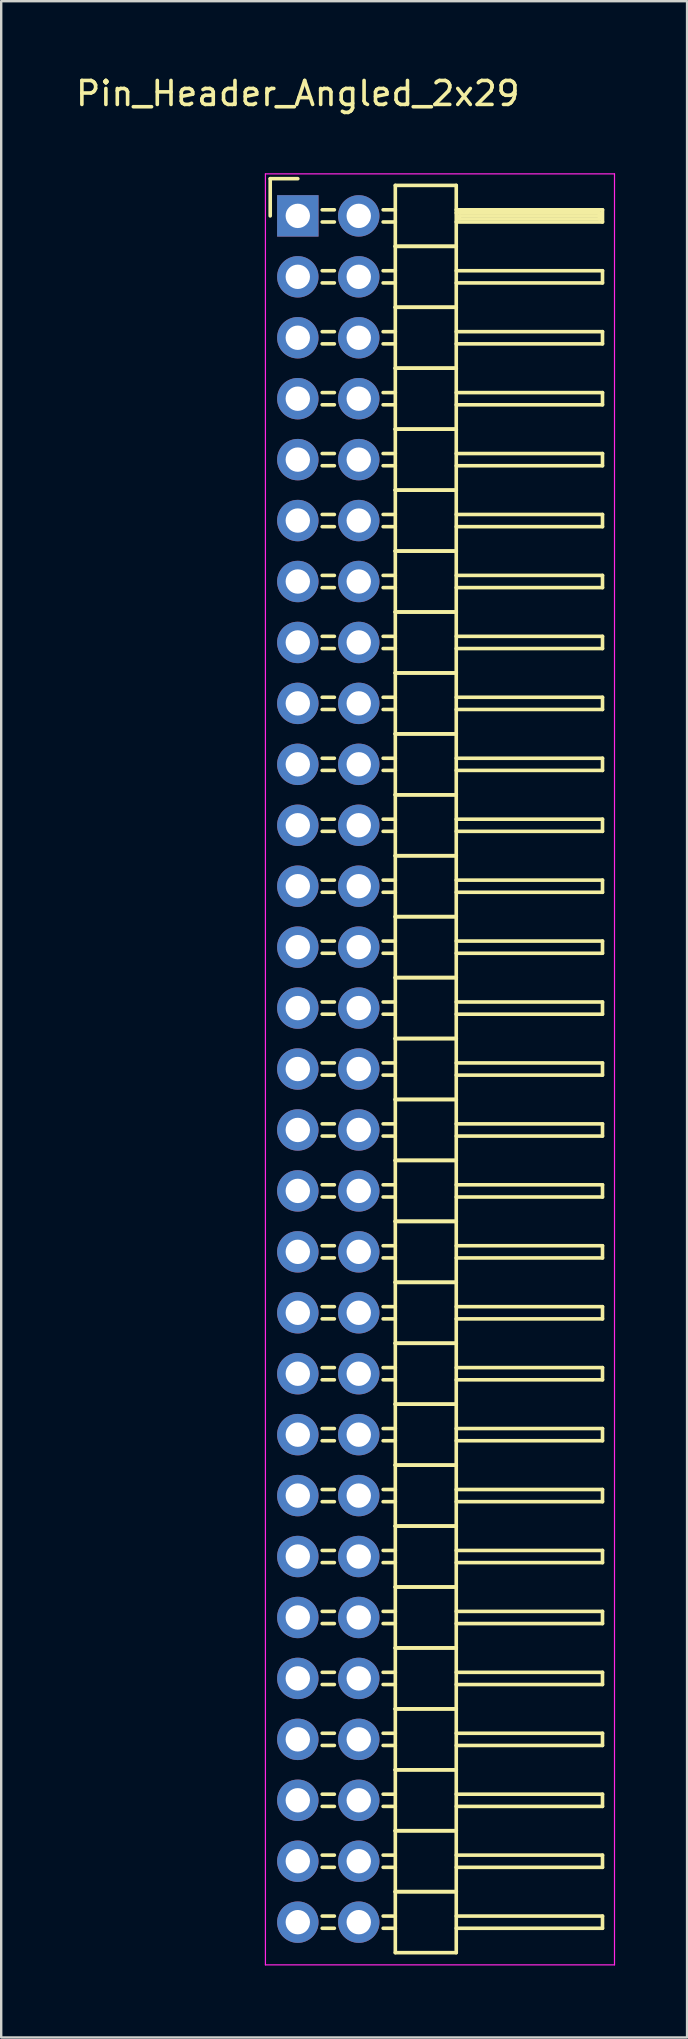
<source format=kicad_pcb>
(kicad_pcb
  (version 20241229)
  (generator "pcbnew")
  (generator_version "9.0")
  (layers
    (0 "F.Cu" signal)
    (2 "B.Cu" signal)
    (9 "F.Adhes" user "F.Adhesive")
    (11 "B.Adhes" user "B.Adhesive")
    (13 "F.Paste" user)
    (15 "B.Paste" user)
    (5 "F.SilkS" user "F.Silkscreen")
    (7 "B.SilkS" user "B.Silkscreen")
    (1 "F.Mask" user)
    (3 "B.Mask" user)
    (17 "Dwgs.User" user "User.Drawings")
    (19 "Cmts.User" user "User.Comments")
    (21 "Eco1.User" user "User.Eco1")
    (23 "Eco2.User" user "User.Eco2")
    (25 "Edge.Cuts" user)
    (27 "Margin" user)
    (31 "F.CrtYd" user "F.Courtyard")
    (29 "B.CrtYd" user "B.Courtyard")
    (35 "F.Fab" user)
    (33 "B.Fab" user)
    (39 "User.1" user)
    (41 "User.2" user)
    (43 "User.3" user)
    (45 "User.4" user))
  (footprint "Pin_Header_Angled_2x29"
    (layer "F.Cu")
    (at 9.363 5.948)
    (property "Reference" "Pin_Header_Angled_2x29" (at 0 -5.1 0) (layer "F.SilkS") (effects (font (size 1 1) (thickness 0.15))))
    (attr through_hole)
    (fp_line (start -1.15 -1.55) (end -1.15 0) (stroke (width 0.15) (type solid)) (layer "F.SilkS"))
    (fp_line (start 0 -1.55) (end -1.15 -1.55) (stroke (width 0.15) (type solid)) (layer "F.SilkS"))
    (fp_line (start 1.524 -0.254) (end 1.016 -0.254) (stroke (width 0.15) (type solid)) (layer "F.SilkS"))
    (fp_line (start 1.524 0.254) (end 1.016 0.254) (stroke (width 0.15) (type solid)) (layer "F.SilkS"))
    (fp_line (start 1.524 2.286) (end 1.016 2.286) (stroke (width 0.15) (type solid)) (layer "F.SilkS"))
    (fp_line (start 1.524 2.794) (end 1.016 2.794) (stroke (width 0.15) (type solid)) (layer "F.SilkS"))
    (fp_line (start 1.524 4.826) (end 1.016 4.826) (stroke (width 0.15) (type solid)) (layer "F.SilkS"))
    (fp_line (start 1.524 5.334) (end 1.016 5.334) (stroke (width 0.15) (type solid)) (layer "F.SilkS"))
    (fp_line (start 1.524 7.366) (end 1.016 7.366) (stroke (width 0.15) (type solid)) (layer "F.SilkS"))
    (fp_line (start 1.524 7.874) (end 1.016 7.874) (stroke (width 0.15) (type solid)) (layer "F.SilkS"))
    (fp_line (start 1.524 9.906) (end 1.016 9.906) (stroke (width 0.15) (type solid)) (layer "F.SilkS"))
    (fp_line (start 1.524 10.414) (end 1.016 10.414) (stroke (width 0.15) (type solid)) (layer "F.SilkS"))
    (fp_line (start 1.524 12.446) (end 1.016 12.446) (stroke (width 0.15) (type solid)) (layer "F.SilkS"))
    (fp_line (start 1.524 12.954) (end 1.016 12.954) (stroke (width 0.15) (type solid)) (layer "F.SilkS"))
    (fp_line (start 1.524 14.986) (end 1.016 14.986) (stroke (width 0.15) (type solid)) (layer "F.SilkS"))
    (fp_line (start 1.524 15.494) (end 1.016 15.494) (stroke (width 0.15) (type solid)) (layer "F.SilkS"))
    (fp_line (start 1.524 17.526) (end 1.016 17.526) (stroke (width 0.15) (type solid)) (layer "F.SilkS"))
    (fp_line (start 1.524 18.034) (end 1.016 18.034) (stroke (width 0.15) (type solid)) (layer "F.SilkS"))
    (fp_line (start 1.524 20.066) (end 1.016 20.066) (stroke (width 0.15) (type solid)) (layer "F.SilkS"))
    (fp_line (start 1.524 20.574) (end 1.016 20.574) (stroke (width 0.15) (type solid)) (layer "F.SilkS"))
    (fp_line (start 1.524 22.606) (end 1.016 22.606) (stroke (width 0.15) (type solid)) (layer "F.SilkS"))
    (fp_line (start 1.524 23.114) (end 1.016 23.114) (stroke (width 0.15) (type solid)) (layer "F.SilkS"))
    (fp_line (start 1.524 25.146) (end 1.016 25.146) (stroke (width 0.15) (type solid)) (layer "F.SilkS"))
    (fp_line (start 1.524 25.654) (end 1.016 25.654) (stroke (width 0.15) (type solid)) (layer "F.SilkS"))
    (fp_line (start 1.524 27.686) (end 1.016 27.686) (stroke (width 0.15) (type solid)) (layer "F.SilkS"))
    (fp_line (start 1.524 28.194) (end 1.016 28.194) (stroke (width 0.15) (type solid)) (layer "F.SilkS"))
    (fp_line (start 1.524 30.226) (end 1.016 30.226) (stroke (width 0.15) (type solid)) (layer "F.SilkS"))
    (fp_line (start 1.524 30.734) (end 1.016 30.734) (stroke (width 0.15) (type solid)) (layer "F.SilkS"))
    (fp_line (start 1.524 32.766) (end 1.016 32.766) (stroke (width 0.15) (type solid)) (layer "F.SilkS"))
    (fp_line (start 1.524 33.274) (end 1.016 33.274) (stroke (width 0.15) (type solid)) (layer "F.SilkS"))
    (fp_line (start 1.524 35.306) (end 1.016 35.306) (stroke (width 0.15) (type solid)) (layer "F.SilkS"))
    (fp_line (start 1.524 35.814) (end 1.016 35.814) (stroke (width 0.15) (type solid)) (layer "F.SilkS"))
    (fp_line (start 1.524 37.846) (end 1.016 37.846) (stroke (width 0.15) (type solid)) (layer "F.SilkS"))
    (fp_line (start 1.524 38.354) (end 1.016 38.354) (stroke (width 0.15) (type solid)) (layer "F.SilkS"))
    (fp_line (start 1.524 40.386) (end 1.016 40.386) (stroke (width 0.15) (type solid)) (layer "F.SilkS"))
    (fp_line (start 1.524 40.894) (end 1.016 40.894) (stroke (width 0.15) (type solid)) (layer "F.SilkS"))
    (fp_line (start 1.524 42.926) (end 1.016 42.926) (stroke (width 0.15) (type solid)) (layer "F.SilkS"))
    (fp_line (start 1.524 43.434) (end 1.016 43.434) (stroke (width 0.15) (type solid)) (layer "F.SilkS"))
    (fp_line (start 1.524 45.466) (end 1.016 45.466) (stroke (width 0.15) (type solid)) (layer "F.SilkS"))
    (fp_line (start 1.524 45.974) (end 1.016 45.974) (stroke (width 0.15) (type solid)) (layer "F.SilkS"))
    (fp_line (start 1.524 48.006) (end 1.016 48.006) (stroke (width 0.15) (type solid)) (layer "F.SilkS"))
    (fp_line (start 1.524 48.514) (end 1.016 48.514) (stroke (width 0.15) (type solid)) (layer "F.SilkS"))
    (fp_line (start 1.524 50.546) (end 1.016 50.546) (stroke (width 0.15) (type solid)) (layer "F.SilkS"))
    (fp_line (start 1.524 51.054) (end 1.016 51.054) (stroke (width 0.15) (type solid)) (layer "F.SilkS"))
    (fp_line (start 1.524 53.086) (end 1.016 53.086) (stroke (width 0.15) (type solid)) (layer "F.SilkS"))
    (fp_line (start 1.524 53.594) (end 1.016 53.594) (stroke (width 0.15) (type solid)) (layer "F.SilkS"))
    (fp_line (start 1.524 55.626) (end 1.016 55.626) (stroke (width 0.15) (type solid)) (layer "F.SilkS"))
    (fp_line (start 1.524 56.134) (end 1.016 56.134) (stroke (width 0.15) (type solid)) (layer "F.SilkS"))
    (fp_line (start 1.524 58.166) (end 1.016 58.166) (stroke (width 0.15) (type solid)) (layer "F.SilkS"))
    (fp_line (start 1.524 58.674) (end 1.016 58.674) (stroke (width 0.15) (type solid)) (layer "F.SilkS"))
    (fp_line (start 1.524 60.706) (end 1.016 60.706) (stroke (width 0.15) (type solid)) (layer "F.SilkS"))
    (fp_line (start 1.524 61.214) (end 1.016 61.214) (stroke (width 0.15) (type solid)) (layer "F.SilkS"))
    (fp_line (start 1.524 63.246) (end 1.016 63.246) (stroke (width 0.15) (type solid)) (layer "F.SilkS"))
    (fp_line (start 1.524 63.754) (end 1.016 63.754) (stroke (width 0.15) (type solid)) (layer "F.SilkS"))
    (fp_line (start 1.524 65.786) (end 1.016 65.786) (stroke (width 0.15) (type solid)) (layer "F.SilkS"))
    (fp_line (start 1.524 66.294) (end 1.016 66.294) (stroke (width 0.15) (type solid)) (layer "F.SilkS"))
    (fp_line (start 1.524 68.326) (end 1.016 68.326) (stroke (width 0.15) (type solid)) (layer "F.SilkS"))
    (fp_line (start 1.524 68.834) (end 1.016 68.834) (stroke (width 0.15) (type solid)) (layer "F.SilkS"))
    (fp_line (start 1.524 70.866) (end 1.016 70.866) (stroke (width 0.15) (type solid)) (layer "F.SilkS"))
    (fp_line (start 1.524 71.374) (end 1.016 71.374) (stroke (width 0.15) (type solid)) (layer "F.SilkS"))
    (fp_line (start 4.064 -1.27) (end 4.064 1.27) (stroke (width 0.15) (type solid)) (layer "F.SilkS"))
    (fp_line (start 4.064 -1.27) (end 6.604 -1.27) (stroke (width 0.15) (type solid)) (layer "F.SilkS"))
    (fp_line (start 4.064 -0.254) (end 3.556 -0.254) (stroke (width 0.15) (type solid)) (layer "F.SilkS"))
    (fp_line (start 4.064 0.254) (end 3.556 0.254) (stroke (width 0.15) (type solid)) (layer "F.SilkS"))
    (fp_line (start 4.064 1.27) (end 4.064 3.81) (stroke (width 0.15) (type solid)) (layer "F.SilkS"))
    (fp_line (start 4.064 1.27) (end 6.604 1.27) (stroke (width 0.15) (type solid)) (layer "F.SilkS"))
    (fp_line (start 4.064 1.27) (end 6.604 1.27) (stroke (width 0.15) (type solid)) (layer "F.SilkS"))
    (fp_line (start 4.064 2.286) (end 3.556 2.286) (stroke (width 0.15) (type solid)) (layer "F.SilkS"))
    (fp_line (start 4.064 2.794) (end 3.556 2.794) (stroke (width 0.15) (type solid)) (layer "F.SilkS"))
    (fp_line (start 4.064 3.81) (end 4.064 6.35) (stroke (width 0.15) (type solid)) (layer "F.SilkS"))
    (fp_line (start 4.064 3.81) (end 6.604 3.81) (stroke (width 0.15) (type solid)) (layer "F.SilkS"))
    (fp_line (start 4.064 3.81) (end 6.604 3.81) (stroke (width 0.15) (type solid)) (layer "F.SilkS"))
    (fp_line (start 4.064 4.826) (end 3.556 4.826) (stroke (width 0.15) (type solid)) (layer "F.SilkS"))
    (fp_line (start 4.064 5.334) (end 3.556 5.334) (stroke (width 0.15) (type solid)) (layer "F.SilkS"))
    (fp_line (start 4.064 6.35) (end 4.064 8.89) (stroke (width 0.15) (type solid)) (layer "F.SilkS"))
    (fp_line (start 4.064 6.35) (end 6.604 6.35) (stroke (width 0.15) (type solid)) (layer "F.SilkS"))
    (fp_line (start 4.064 6.35) (end 6.604 6.35) (stroke (width 0.15) (type solid)) (layer "F.SilkS"))
    (fp_line (start 4.064 7.366) (end 3.556 7.366) (stroke (width 0.15) (type solid)) (layer "F.SilkS"))
    (fp_line (start 4.064 7.874) (end 3.556 7.874) (stroke (width 0.15) (type solid)) (layer "F.SilkS"))
    (fp_line (start 4.064 8.89) (end 4.064 11.43) (stroke (width 0.15) (type solid)) (layer "F.SilkS"))
    (fp_line (start 4.064 8.89) (end 6.604 8.89) (stroke (width 0.15) (type solid)) (layer "F.SilkS"))
    (fp_line (start 4.064 8.89) (end 6.604 8.89) (stroke (width 0.15) (type solid)) (layer "F.SilkS"))
    (fp_line (start 4.064 9.906) (end 3.556 9.906) (stroke (width 0.15) (type solid)) (layer "F.SilkS"))
    (fp_line (start 4.064 10.414) (end 3.556 10.414) (stroke (width 0.15) (type solid)) (layer "F.SilkS"))
    (fp_line (start 4.064 11.43) (end 4.064 13.97) (stroke (width 0.15) (type solid)) (layer "F.SilkS"))
    (fp_line (start 4.064 11.43) (end 6.604 11.43) (stroke (width 0.15) (type solid)) (layer "F.SilkS"))
    (fp_line (start 4.064 11.43) (end 6.604 11.43) (stroke (width 0.15) (type solid)) (layer "F.SilkS"))
    (fp_line (start 4.064 12.446) (end 3.556 12.446) (stroke (width 0.15) (type solid)) (layer "F.SilkS"))
    (fp_line (start 4.064 12.954) (end 3.556 12.954) (stroke (width 0.15) (type solid)) (layer "F.SilkS"))
    (fp_line (start 4.064 13.97) (end 4.064 16.51) (stroke (width 0.15) (type solid)) (layer "F.SilkS"))
    (fp_line (start 4.064 13.97) (end 6.604 13.97) (stroke (width 0.15) (type solid)) (layer "F.SilkS"))
    (fp_line (start 4.064 13.97) (end 6.604 13.97) (stroke (width 0.15) (type solid)) (layer "F.SilkS"))
    (fp_line (start 4.064 14.986) (end 3.556 14.986) (stroke (width 0.15) (type solid)) (layer "F.SilkS"))
    (fp_line (start 4.064 15.494) (end 3.556 15.494) (stroke (width 0.15) (type solid)) (layer "F.SilkS"))
    (fp_line (start 4.064 16.51) (end 4.064 19.05) (stroke (width 0.15) (type solid)) (layer "F.SilkS"))
    (fp_line (start 4.064 16.51) (end 6.604 16.51) (stroke (width 0.15) (type solid)) (layer "F.SilkS"))
    (fp_line (start 4.064 16.51) (end 6.604 16.51) (stroke (width 0.15) (type solid)) (layer "F.SilkS"))
    (fp_line (start 4.064 17.526) (end 3.556 17.526) (stroke (width 0.15) (type solid)) (layer "F.SilkS"))
    (fp_line (start 4.064 18.034) (end 3.556 18.034) (stroke (width 0.15) (type solid)) (layer "F.SilkS"))
    (fp_line (start 4.064 19.05) (end 4.064 21.59) (stroke (width 0.15) (type solid)) (layer "F.SilkS"))
    (fp_line (start 4.064 19.05) (end 6.604 19.05) (stroke (width 0.15) (type solid)) (layer "F.SilkS"))
    (fp_line (start 4.064 19.05) (end 6.604 19.05) (stroke (width 0.15) (type solid)) (layer "F.SilkS"))
    (fp_line (start 4.064 20.066) (end 3.556 20.066) (stroke (width 0.15) (type solid)) (layer "F.SilkS"))
    (fp_line (start 4.064 20.574) (end 3.556 20.574) (stroke (width 0.15) (type solid)) (layer "F.SilkS"))
    (fp_line (start 4.064 21.59) (end 4.064 24.13) (stroke (width 0.15) (type solid)) (layer "F.SilkS"))
    (fp_line (start 4.064 21.59) (end 6.604 21.59) (stroke (width 0.15) (type solid)) (layer "F.SilkS"))
    (fp_line (start 4.064 21.59) (end 6.604 21.59) (stroke (width 0.15) (type solid)) (layer "F.SilkS"))
    (fp_line (start 4.064 22.606) (end 3.556 22.606) (stroke (width 0.15) (type solid)) (layer "F.SilkS"))
    (fp_line (start 4.064 23.114) (end 3.556 23.114) (stroke (width 0.15) (type solid)) (layer "F.SilkS"))
    (fp_line (start 4.064 24.13) (end 4.064 26.67) (stroke (width 0.15) (type solid)) (layer "F.SilkS"))
    (fp_line (start 4.064 24.13) (end 6.604 24.13) (stroke (width 0.15) (type solid)) (layer "F.SilkS"))
    (fp_line (start 4.064 24.13) (end 6.604 24.13) (stroke (width 0.15) (type solid)) (layer "F.SilkS"))
    (fp_line (start 4.064 25.146) (end 3.556 25.146) (stroke (width 0.15) (type solid)) (layer "F.SilkS"))
    (fp_line (start 4.064 25.654) (end 3.556 25.654) (stroke (width 0.15) (type solid)) (layer "F.SilkS"))
    (fp_line (start 4.064 26.67) (end 4.064 29.21) (stroke (width 0.15) (type solid)) (layer "F.SilkS"))
    (fp_line (start 4.064 26.67) (end 6.604 26.67) (stroke (width 0.15) (type solid)) (layer "F.SilkS"))
    (fp_line (start 4.064 26.67) (end 6.604 26.67) (stroke (width 0.15) (type solid)) (layer "F.SilkS"))
    (fp_line (start 4.064 27.686) (end 3.556 27.686) (stroke (width 0.15) (type solid)) (layer "F.SilkS"))
    (fp_line (start 4.064 28.194) (end 3.556 28.194) (stroke (width 0.15) (type solid)) (layer "F.SilkS"))
    (fp_line (start 4.064 29.21) (end 4.064 31.75) (stroke (width 0.15) (type solid)) (layer "F.SilkS"))
    (fp_line (start 4.064 29.21) (end 6.604 29.21) (stroke (width 0.15) (type solid)) (layer "F.SilkS"))
    (fp_line (start 4.064 29.21) (end 6.604 29.21) (stroke (width 0.15) (type solid)) (layer "F.SilkS"))
    (fp_line (start 4.064 30.226) (end 3.556 30.226) (stroke (width 0.15) (type solid)) (layer "F.SilkS"))
    (fp_line (start 4.064 30.734) (end 3.556 30.734) (stroke (width 0.15) (type solid)) (layer "F.SilkS"))
    (fp_line (start 4.064 31.75) (end 4.064 34.29) (stroke (width 0.15) (type solid)) (layer "F.SilkS"))
    (fp_line (start 4.064 31.75) (end 6.604 31.75) (stroke (width 0.15) (type solid)) (layer "F.SilkS"))
    (fp_line (start 4.064 31.75) (end 6.604 31.75) (stroke (width 0.15) (type solid)) (layer "F.SilkS"))
    (fp_line (start 4.064 32.766) (end 3.556 32.766) (stroke (width 0.15) (type solid)) (layer "F.SilkS"))
    (fp_line (start 4.064 33.274) (end 3.556 33.274) (stroke (width 0.15) (type solid)) (layer "F.SilkS"))
    (fp_line (start 4.064 34.29) (end 4.064 36.83) (stroke (width 0.15) (type solid)) (layer "F.SilkS"))
    (fp_line (start 4.064 34.29) (end 6.604 34.29) (stroke (width 0.15) (type solid)) (layer "F.SilkS"))
    (fp_line (start 4.064 34.29) (end 6.604 34.29) (stroke (width 0.15) (type solid)) (layer "F.SilkS"))
    (fp_line (start 4.064 35.306) (end 3.556 35.306) (stroke (width 0.15) (type solid)) (layer "F.SilkS"))
    (fp_line (start 4.064 35.814) (end 3.556 35.814) (stroke (width 0.15) (type solid)) (layer "F.SilkS"))
    (fp_line (start 4.064 36.83) (end 4.064 39.37) (stroke (width 0.15) (type solid)) (layer "F.SilkS"))
    (fp_line (start 4.064 36.83) (end 6.604 36.83) (stroke (width 0.15) (type solid)) (layer "F.SilkS"))
    (fp_line (start 4.064 36.83) (end 6.604 36.83) (stroke (width 0.15) (type solid)) (layer "F.SilkS"))
    (fp_line (start 4.064 37.846) (end 3.556 37.846) (stroke (width 0.15) (type solid)) (layer "F.SilkS"))
    (fp_line (start 4.064 38.354) (end 3.556 38.354) (stroke (width 0.15) (type solid)) (layer "F.SilkS"))
    (fp_line (start 4.064 39.37) (end 4.064 41.91) (stroke (width 0.15) (type solid)) (layer "F.SilkS"))
    (fp_line (start 4.064 39.37) (end 6.604 39.37) (stroke (width 0.15) (type solid)) (layer "F.SilkS"))
    (fp_line (start 4.064 39.37) (end 6.604 39.37) (stroke (width 0.15) (type solid)) (layer "F.SilkS"))
    (fp_line (start 4.064 40.386) (end 3.556 40.386) (stroke (width 0.15) (type solid)) (layer "F.SilkS"))
    (fp_line (start 4.064 40.894) (end 3.556 40.894) (stroke (width 0.15) (type solid)) (layer "F.SilkS"))
    (fp_line (start 4.064 41.91) (end 4.064 44.45) (stroke (width 0.15) (type solid)) (layer "F.SilkS"))
    (fp_line (start 4.064 41.91) (end 6.604 41.91) (stroke (width 0.15) (type solid)) (layer "F.SilkS"))
    (fp_line (start 4.064 41.91) (end 6.604 41.91) (stroke (width 0.15) (type solid)) (layer "F.SilkS"))
    (fp_line (start 4.064 42.926) (end 3.556 42.926) (stroke (width 0.15) (type solid)) (layer "F.SilkS"))
    (fp_line (start 4.064 43.434) (end 3.556 43.434) (stroke (width 0.15) (type solid)) (layer "F.SilkS"))
    (fp_line (start 4.064 44.45) (end 4.064 46.99) (stroke (width 0.15) (type solid)) (layer "F.SilkS"))
    (fp_line (start 4.064 44.45) (end 6.604 44.45) (stroke (width 0.15) (type solid)) (layer "F.SilkS"))
    (fp_line (start 4.064 44.45) (end 6.604 44.45) (stroke (width 0.15) (type solid)) (layer "F.SilkS"))
    (fp_line (start 4.064 45.466) (end 3.556 45.466) (stroke (width 0.15) (type solid)) (layer "F.SilkS"))
    (fp_line (start 4.064 45.974) (end 3.556 45.974) (stroke (width 0.15) (type solid)) (layer "F.SilkS"))
    (fp_line (start 4.064 46.99) (end 4.064 49.53) (stroke (width 0.15) (type solid)) (layer "F.SilkS"))
    (fp_line (start 4.064 46.99) (end 6.604 46.99) (stroke (width 0.15) (type solid)) (layer "F.SilkS"))
    (fp_line (start 4.064 46.99) (end 6.604 46.99) (stroke (width 0.15) (type solid)) (layer "F.SilkS"))
    (fp_line (start 4.064 48.006) (end 3.556 48.006) (stroke (width 0.15) (type solid)) (layer "F.SilkS"))
    (fp_line (start 4.064 48.514) (end 3.556 48.514) (stroke (width 0.15) (type solid)) (layer "F.SilkS"))
    (fp_line (start 4.064 49.53) (end 4.064 52.07) (stroke (width 0.15) (type solid)) (layer "F.SilkS"))
    (fp_line (start 4.064 49.53) (end 6.604 49.53) (stroke (width 0.15) (type solid)) (layer "F.SilkS"))
    (fp_line (start 4.064 49.53) (end 6.604 49.53) (stroke (width 0.15) (type solid)) (layer "F.SilkS"))
    (fp_line (start 4.064 50.546) (end 3.556 50.546) (stroke (width 0.15) (type solid)) (layer "F.SilkS"))
    (fp_line (start 4.064 51.054) (end 3.556 51.054) (stroke (width 0.15) (type solid)) (layer "F.SilkS"))
    (fp_line (start 4.064 52.07) (end 4.064 54.61) (stroke (width 0.15) (type solid)) (layer "F.SilkS"))
    (fp_line (start 4.064 52.07) (end 6.604 52.07) (stroke (width 0.15) (type solid)) (layer "F.SilkS"))
    (fp_line (start 4.064 52.07) (end 6.604 52.07) (stroke (width 0.15) (type solid)) (layer "F.SilkS"))
    (fp_line (start 4.064 53.086) (end 3.556 53.086) (stroke (width 0.15) (type solid)) (layer "F.SilkS"))
    (fp_line (start 4.064 53.594) (end 3.556 53.594) (stroke (width 0.15) (type solid)) (layer "F.SilkS"))
    (fp_line (start 4.064 54.61) (end 4.064 57.15) (stroke (width 0.15) (type solid)) (layer "F.SilkS"))
    (fp_line (start 4.064 54.61) (end 6.604 54.61) (stroke (width 0.15) (type solid)) (layer "F.SilkS"))
    (fp_line (start 4.064 54.61) (end 6.604 54.61) (stroke (width 0.15) (type solid)) (layer "F.SilkS"))
    (fp_line (start 4.064 55.626) (end 3.556 55.626) (stroke (width 0.15) (type solid)) (layer "F.SilkS"))
    (fp_line (start 4.064 56.134) (end 3.556 56.134) (stroke (width 0.15) (type solid)) (layer "F.SilkS"))
    (fp_line (start 4.064 57.15) (end 4.064 59.69) (stroke (width 0.15) (type solid)) (layer "F.SilkS"))
    (fp_line (start 4.064 57.15) (end 6.604 57.15) (stroke (width 0.15) (type solid)) (layer "F.SilkS"))
    (fp_line (start 4.064 57.15) (end 6.604 57.15) (stroke (width 0.15) (type solid)) (layer "F.SilkS"))
    (fp_line (start 4.064 58.166) (end 3.556 58.166) (stroke (width 0.15) (type solid)) (layer "F.SilkS"))
    (fp_line (start 4.064 58.674) (end 3.556 58.674) (stroke (width 0.15) (type solid)) (layer "F.SilkS"))
    (fp_line (start 4.064 59.69) (end 4.064 62.23) (stroke (width 0.15) (type solid)) (layer "F.SilkS"))
    (fp_line (start 4.064 59.69) (end 6.604 59.69) (stroke (width 0.15) (type solid)) (layer "F.SilkS"))
    (fp_line (start 4.064 59.69) (end 6.604 59.69) (stroke (width 0.15) (type solid)) (layer "F.SilkS"))
    (fp_line (start 4.064 60.706) (end 3.556 60.706) (stroke (width 0.15) (type solid)) (layer "F.SilkS"))
    (fp_line (start 4.064 61.214) (end 3.556 61.214) (stroke (width 0.15) (type solid)) (layer "F.SilkS"))
    (fp_line (start 4.064 62.23) (end 4.064 64.77) (stroke (width 0.15) (type solid)) (layer "F.SilkS"))
    (fp_line (start 4.064 62.23) (end 6.604 62.23) (stroke (width 0.15) (type solid)) (layer "F.SilkS"))
    (fp_line (start 4.064 62.23) (end 6.604 62.23) (stroke (width 0.15) (type solid)) (layer "F.SilkS"))
    (fp_line (start 4.064 63.246) (end 3.556 63.246) (stroke (width 0.15) (type solid)) (layer "F.SilkS"))
    (fp_line (start 4.064 63.754) (end 3.556 63.754) (stroke (width 0.15) (type solid)) (layer "F.SilkS"))
    (fp_line (start 4.064 64.77) (end 4.064 67.31) (stroke (width 0.15) (type solid)) (layer "F.SilkS"))
    (fp_line (start 4.064 64.77) (end 6.604 64.77) (stroke (width 0.15) (type solid)) (layer "F.SilkS"))
    (fp_line (start 4.064 64.77) (end 6.604 64.77) (stroke (width 0.15) (type solid)) (layer "F.SilkS"))
    (fp_line (start 4.064 65.786) (end 3.556 65.786) (stroke (width 0.15) (type solid)) (layer "F.SilkS"))
    (fp_line (start 4.064 66.294) (end 3.556 66.294) (stroke (width 0.15) (type solid)) (layer "F.SilkS"))
    (fp_line (start 4.064 67.31) (end 4.064 69.85) (stroke (width 0.15) (type solid)) (layer "F.SilkS"))
    (fp_line (start 4.064 67.31) (end 6.604 67.31) (stroke (width 0.15) (type solid)) (layer "F.SilkS"))
    (fp_line (start 4.064 67.31) (end 6.604 67.31) (stroke (width 0.15) (type solid)) (layer "F.SilkS"))
    (fp_line (start 4.064 68.326) (end 3.556 68.326) (stroke (width 0.15) (type solid)) (layer "F.SilkS"))
    (fp_line (start 4.064 68.834) (end 3.556 68.834) (stroke (width 0.15) (type solid)) (layer "F.SilkS"))
    (fp_line (start 4.064 69.85) (end 4.064 72.39) (stroke (width 0.15) (type solid)) (layer "F.SilkS"))
    (fp_line (start 4.064 69.85) (end 6.604 69.85) (stroke (width 0.15) (type solid)) (layer "F.SilkS"))
    (fp_line (start 4.064 69.85) (end 6.604 69.85) (stroke (width 0.15) (type solid)) (layer "F.SilkS"))
    (fp_line (start 4.064 70.866) (end 3.556 70.866) (stroke (width 0.15) (type solid)) (layer "F.SilkS"))
    (fp_line (start 4.064 71.374) (end 3.556 71.374) (stroke (width 0.15) (type solid)) (layer "F.SilkS"))
    (fp_line (start 4.064 72.39) (end 6.604 72.39) (stroke (width 0.15) (type solid)) (layer "F.SilkS"))
    (fp_line (start 6.604 -0.254) (end 12.7 -0.254) (stroke (width 0.15) (type solid)) (layer "F.SilkS"))
    (fp_line (start 6.604 -0.127) (end 12.573 -0.127) (stroke (width 0.15) (type solid)) (layer "F.SilkS"))
    (fp_line (start 6.604 1.27) (end 6.604 -1.27) (stroke (width 0.15) (type solid)) (layer "F.SilkS"))
    (fp_line (start 6.604 2.286) (end 12.7 2.286) (stroke (width 0.15) (type solid)) (layer "F.SilkS"))
    (fp_line (start 6.604 3.81) (end 6.604 1.27) (stroke (width 0.15) (type solid)) (layer "F.SilkS"))
    (fp_line (start 6.604 4.826) (end 12.7 4.826) (stroke (width 0.15) (type solid)) (layer "F.SilkS"))
    (fp_line (start 6.604 6.35) (end 6.604 3.81) (stroke (width 0.15) (type solid)) (layer "F.SilkS"))
    (fp_line (start 6.604 7.366) (end 12.7 7.366) (stroke (width 0.15) (type solid)) (layer "F.SilkS"))
    (fp_line (start 6.604 8.89) (end 6.604 6.35) (stroke (width 0.15) (type solid)) (layer "F.SilkS"))
    (fp_line (start 6.604 9.906) (end 12.7 9.906) (stroke (width 0.15) (type solid)) (layer "F.SilkS"))
    (fp_line (start 6.604 11.43) (end 6.604 8.89) (stroke (width 0.15) (type solid)) (layer "F.SilkS"))
    (fp_line (start 6.604 12.446) (end 12.7 12.446) (stroke (width 0.15) (type solid)) (layer "F.SilkS"))
    (fp_line (start 6.604 13.97) (end 6.604 11.43) (stroke (width 0.15) (type solid)) (layer "F.SilkS"))
    (fp_line (start 6.604 14.986) (end 12.7 14.986) (stroke (width 0.15) (type solid)) (layer "F.SilkS"))
    (fp_line (start 6.604 16.51) (end 6.604 13.97) (stroke (width 0.15) (type solid)) (layer "F.SilkS"))
    (fp_line (start 6.604 17.526) (end 12.7 17.526) (stroke (width 0.15) (type solid)) (layer "F.SilkS"))
    (fp_line (start 6.604 19.05) (end 6.604 16.51) (stroke (width 0.15) (type solid)) (layer "F.SilkS"))
    (fp_line (start 6.604 20.066) (end 12.7 20.066) (stroke (width 0.15) (type solid)) (layer "F.SilkS"))
    (fp_line (start 6.604 21.59) (end 6.604 19.05) (stroke (width 0.15) (type solid)) (layer "F.SilkS"))
    (fp_line (start 6.604 22.606) (end 12.7 22.606) (stroke (width 0.15) (type solid)) (layer "F.SilkS"))
    (fp_line (start 6.604 24.13) (end 6.604 21.59) (stroke (width 0.15) (type solid)) (layer "F.SilkS"))
    (fp_line (start 6.604 25.146) (end 12.7 25.146) (stroke (width 0.15) (type solid)) (layer "F.SilkS"))
    (fp_line (start 6.604 26.67) (end 6.604 24.13) (stroke (width 0.15) (type solid)) (layer "F.SilkS"))
    (fp_line (start 6.604 27.686) (end 12.7 27.686) (stroke (width 0.15) (type solid)) (layer "F.SilkS"))
    (fp_line (start 6.604 29.21) (end 6.604 26.67) (stroke (width 0.15) (type solid)) (layer "F.SilkS"))
    (fp_line (start 6.604 30.226) (end 12.7 30.226) (stroke (width 0.15) (type solid)) (layer "F.SilkS"))
    (fp_line (start 6.604 31.75) (end 6.604 29.21) (stroke (width 0.15) (type solid)) (layer "F.SilkS"))
    (fp_line (start 6.604 32.766) (end 12.7 32.766) (stroke (width 0.15) (type solid)) (layer "F.SilkS"))
    (fp_line (start 6.604 34.29) (end 6.604 31.75) (stroke (width 0.15) (type solid)) (layer "F.SilkS"))
    (fp_line (start 6.604 35.306) (end 12.7 35.306) (stroke (width 0.15) (type solid)) (layer "F.SilkS"))
    (fp_line (start 6.604 36.83) (end 6.604 34.29) (stroke (width 0.15) (type solid)) (layer "F.SilkS"))
    (fp_line (start 6.604 37.846) (end 12.7 37.846) (stroke (width 0.15) (type solid)) (layer "F.SilkS"))
    (fp_line (start 6.604 39.37) (end 6.604 36.83) (stroke (width 0.15) (type solid)) (layer "F.SilkS"))
    (fp_line (start 6.604 40.386) (end 12.7 40.386) (stroke (width 0.15) (type solid)) (layer "F.SilkS"))
    (fp_line (start 6.604 41.91) (end 6.604 39.37) (stroke (width 0.15) (type solid)) (layer "F.SilkS"))
    (fp_line (start 6.604 42.926) (end 12.7 42.926) (stroke (width 0.15) (type solid)) (layer "F.SilkS"))
    (fp_line (start 6.604 44.45) (end 6.604 41.91) (stroke (width 0.15) (type solid)) (layer "F.SilkS"))
    (fp_line (start 6.604 45.466) (end 12.7 45.466) (stroke (width 0.15) (type solid)) (layer "F.SilkS"))
    (fp_line (start 6.604 46.99) (end 6.604 44.45) (stroke (width 0.15) (type solid)) (layer "F.SilkS"))
    (fp_line (start 6.604 48.006) (end 12.7 48.006) (stroke (width 0.15) (type solid)) (layer "F.SilkS"))
    (fp_line (start 6.604 49.53) (end 6.604 46.99) (stroke (width 0.15) (type solid)) (layer "F.SilkS"))
    (fp_line (start 6.604 50.546) (end 12.7 50.546) (stroke (width 0.15) (type solid)) (layer "F.SilkS"))
    (fp_line (start 6.604 52.07) (end 6.604 49.53) (stroke (width 0.15) (type solid)) (layer "F.SilkS"))
    (fp_line (start 6.604 53.086) (end 12.7 53.086) (stroke (width 0.15) (type solid)) (layer "F.SilkS"))
    (fp_line (start 6.604 54.61) (end 6.604 52.07) (stroke (width 0.15) (type solid)) (layer "F.SilkS"))
    (fp_line (start 6.604 55.626) (end 12.7 55.626) (stroke (width 0.15) (type solid)) (layer "F.SilkS"))
    (fp_line (start 6.604 57.15) (end 6.604 54.61) (stroke (width 0.15) (type solid)) (layer "F.SilkS"))
    (fp_line (start 6.604 58.166) (end 12.7 58.166) (stroke (width 0.15) (type solid)) (layer "F.SilkS"))
    (fp_line (start 6.604 59.69) (end 6.604 57.15) (stroke (width 0.15) (type solid)) (layer "F.SilkS"))
    (fp_line (start 6.604 60.706) (end 12.7 60.706) (stroke (width 0.15) (type solid)) (layer "F.SilkS"))
    (fp_line (start 6.604 62.23) (end 6.604 59.69) (stroke (width 0.15) (type solid)) (layer "F.SilkS"))
    (fp_line (start 6.604 63.246) (end 12.7 63.246) (stroke (width 0.15) (type solid)) (layer "F.SilkS"))
    (fp_line (start 6.604 64.77) (end 6.604 62.23) (stroke (width 0.15) (type solid)) (layer "F.SilkS"))
    (fp_line (start 6.604 65.786) (end 12.7 65.786) (stroke (width 0.15) (type solid)) (layer "F.SilkS"))
    (fp_line (start 6.604 67.31) (end 6.604 64.77) (stroke (width 0.15) (type solid)) (layer "F.SilkS"))
    (fp_line (start 6.604 68.326) (end 12.7 68.326) (stroke (width 0.15) (type solid)) (layer "F.SilkS"))
    (fp_line (start 6.604 69.85) (end 6.604 67.31) (stroke (width 0.15) (type solid)) (layer "F.SilkS"))
    (fp_line (start 6.604 70.866) (end 12.7 70.866) (stroke (width 0.15) (type solid)) (layer "F.SilkS"))
    (fp_line (start 6.604 72.39) (end 6.604 69.85) (stroke (width 0.15) (type solid)) (layer "F.SilkS"))
    (fp_line (start 6.731 0) (end 12.573 0) (stroke (width 0.15) (type solid)) (layer "F.SilkS"))
    (fp_line (start 6.731 0.127) (end 6.731 0) (stroke (width 0.15) (type solid)) (layer "F.SilkS"))
    (fp_line (start 12.573 -0.127) (end 12.573 0.127) (stroke (width 0.15) (type solid)) (layer "F.SilkS"))
    (fp_line (start 12.573 0.127) (end 6.731 0.127) (stroke (width 0.15) (type solid)) (layer "F.SilkS"))
    (fp_line (start 12.7 -0.254) (end 12.7 0.254) (stroke (width 0.15) (type solid)) (layer "F.SilkS"))
    (fp_line (start 12.7 0.254) (end 6.604 0.254) (stroke (width 0.15) (type solid)) (layer "F.SilkS"))
    (fp_line (start 12.7 2.286) (end 12.7 2.794) (stroke (width 0.15) (type solid)) (layer "F.SilkS"))
    (fp_line (start 12.7 2.794) (end 6.604 2.794) (stroke (width 0.15) (type solid)) (layer "F.SilkS"))
    (fp_line (start 12.7 4.826) (end 12.7 5.334) (stroke (width 0.15) (type solid)) (layer "F.SilkS"))
    (fp_line (start 12.7 5.334) (end 6.604 5.334) (stroke (width 0.15) (type solid)) (layer "F.SilkS"))
    (fp_line (start 12.7 7.366) (end 12.7 7.874) (stroke (width 0.15) (type solid)) (layer "F.SilkS"))
    (fp_line (start 12.7 7.874) (end 6.604 7.874) (stroke (width 0.15) (type solid)) (layer "F.SilkS"))
    (fp_line (start 12.7 9.906) (end 12.7 10.414) (stroke (width 0.15) (type solid)) (layer "F.SilkS"))
    (fp_line (start 12.7 10.414) (end 6.604 10.414) (stroke (width 0.15) (type solid)) (layer "F.SilkS"))
    (fp_line (start 12.7 12.446) (end 12.7 12.954) (stroke (width 0.15) (type solid)) (layer "F.SilkS"))
    (fp_line (start 12.7 12.954) (end 6.604 12.954) (stroke (width 0.15) (type solid)) (layer "F.SilkS"))
    (fp_line (start 12.7 14.986) (end 12.7 15.494) (stroke (width 0.15) (type solid)) (layer "F.SilkS"))
    (fp_line (start 12.7 15.494) (end 6.604 15.494) (stroke (width 0.15) (type solid)) (layer "F.SilkS"))
    (fp_line (start 12.7 17.526) (end 12.7 18.034) (stroke (width 0.15) (type solid)) (layer "F.SilkS"))
    (fp_line (start 12.7 18.034) (end 6.604 18.034) (stroke (width 0.15) (type solid)) (layer "F.SilkS"))
    (fp_line (start 12.7 20.066) (end 12.7 20.574) (stroke (width 0.15) (type solid)) (layer "F.SilkS"))
    (fp_line (start 12.7 20.574) (end 6.604 20.574) (stroke (width 0.15) (type solid)) (layer "F.SilkS"))
    (fp_line (start 12.7 22.606) (end 12.7 23.114) (stroke (width 0.15) (type solid)) (layer "F.SilkS"))
    (fp_line (start 12.7 23.114) (end 6.604 23.114) (stroke (width 0.15) (type solid)) (layer "F.SilkS"))
    (fp_line (start 12.7 25.146) (end 12.7 25.654) (stroke (width 0.15) (type solid)) (layer "F.SilkS"))
    (fp_line (start 12.7 25.654) (end 6.604 25.654) (stroke (width 0.15) (type solid)) (layer "F.SilkS"))
    (fp_line (start 12.7 27.686) (end 12.7 28.194) (stroke (width 0.15) (type solid)) (layer "F.SilkS"))
    (fp_line (start 12.7 28.194) (end 6.604 28.194) (stroke (width 0.15) (type solid)) (layer "F.SilkS"))
    (fp_line (start 12.7 30.226) (end 12.7 30.734) (stroke (width 0.15) (type solid)) (layer "F.SilkS"))
    (fp_line (start 12.7 30.734) (end 6.604 30.734) (stroke (width 0.15) (type solid)) (layer "F.SilkS"))
    (fp_line (start 12.7 32.766) (end 12.7 33.274) (stroke (width 0.15) (type solid)) (layer "F.SilkS"))
    (fp_line (start 12.7 33.274) (end 6.604 33.274) (stroke (width 0.15) (type solid)) (layer "F.SilkS"))
    (fp_line (start 12.7 35.306) (end 12.7 35.814) (stroke (width 0.15) (type solid)) (layer "F.SilkS"))
    (fp_line (start 12.7 35.814) (end 6.604 35.814) (stroke (width 0.15) (type solid)) (layer "F.SilkS"))
    (fp_line (start 12.7 37.846) (end 12.7 38.354) (stroke (width 0.15) (type solid)) (layer "F.SilkS"))
    (fp_line (start 12.7 38.354) (end 6.604 38.354) (stroke (width 0.15) (type solid)) (layer "F.SilkS"))
    (fp_line (start 12.7 40.386) (end 12.7 40.894) (stroke (width 0.15) (type solid)) (layer "F.SilkS"))
    (fp_line (start 12.7 40.894) (end 6.604 40.894) (stroke (width 0.15) (type solid)) (layer "F.SilkS"))
    (fp_line (start 12.7 42.926) (end 12.7 43.434) (stroke (width 0.15) (type solid)) (layer "F.SilkS"))
    (fp_line (start 12.7 43.434) (end 6.604 43.434) (stroke (width 0.15) (type solid)) (layer "F.SilkS"))
    (fp_line (start 12.7 45.466) (end 12.7 45.974) (stroke (width 0.15) (type solid)) (layer "F.SilkS"))
    (fp_line (start 12.7 45.974) (end 6.604 45.974) (stroke (width 0.15) (type solid)) (layer "F.SilkS"))
    (fp_line (start 12.7 48.006) (end 12.7 48.514) (stroke (width 0.15) (type solid)) (layer "F.SilkS"))
    (fp_line (start 12.7 48.514) (end 6.604 48.514) (stroke (width 0.15) (type solid)) (layer "F.SilkS"))
    (fp_line (start 12.7 50.546) (end 12.7 51.054) (stroke (width 0.15) (type solid)) (layer "F.SilkS"))
    (fp_line (start 12.7 51.054) (end 6.604 51.054) (stroke (width 0.15) (type solid)) (layer "F.SilkS"))
    (fp_line (start 12.7 53.086) (end 12.7 53.594) (stroke (width 0.15) (type solid)) (layer "F.SilkS"))
    (fp_line (start 12.7 53.594) (end 6.604 53.594) (stroke (width 0.15) (type solid)) (layer "F.SilkS"))
    (fp_line (start 12.7 55.626) (end 12.7 56.134) (stroke (width 0.15) (type solid)) (layer "F.SilkS"))
    (fp_line (start 12.7 56.134) (end 6.604 56.134) (stroke (width 0.15) (type solid)) (layer "F.SilkS"))
    (fp_line (start 12.7 58.166) (end 12.7 58.674) (stroke (width 0.15) (type solid)) (layer "F.SilkS"))
    (fp_line (start 12.7 58.674) (end 6.604 58.674) (stroke (width 0.15) (type solid)) (layer "F.SilkS"))
    (fp_line (start 12.7 60.706) (end 12.7 61.214) (stroke (width 0.15) (type solid)) (layer "F.SilkS"))
    (fp_line (start 12.7 61.214) (end 6.604 61.214) (stroke (width 0.15) (type solid)) (layer "F.SilkS"))
    (fp_line (start 12.7 63.246) (end 12.7 63.754) (stroke (width 0.15) (type solid)) (layer "F.SilkS"))
    (fp_line (start 12.7 63.754) (end 6.604 63.754) (stroke (width 0.15) (type solid)) (layer "F.SilkS"))
    (fp_line (start 12.7 65.786) (end 12.7 66.294) (stroke (width 0.15) (type solid)) (layer "F.SilkS"))
    (fp_line (start 12.7 66.294) (end 6.604 66.294) (stroke (width 0.15) (type solid)) (layer "F.SilkS"))
    (fp_line (start 12.7 68.326) (end 12.7 68.834) (stroke (width 0.15) (type solid)) (layer "F.SilkS"))
    (fp_line (start 12.7 68.834) (end 6.604 68.834) (stroke (width 0.15) (type solid)) (layer "F.SilkS"))
    (fp_line (start 12.7 70.866) (end 12.7 71.374) (stroke (width 0.15) (type solid)) (layer "F.SilkS"))
    (fp_line (start 12.7 71.374) (end 6.604 71.374) (stroke (width 0.15) (type solid)) (layer "F.SilkS"))
    (fp_line (start -1.35 -1.75) (end -1.35 72.9) (stroke (width 0.05) (type solid)) (layer "F.CrtYd"))
    (fp_line (start -1.35 -1.75) (end 13.2 -1.75) (stroke (width 0.05) (type solid)) (layer "F.CrtYd"))
    (fp_line (start -1.35 72.9) (end 13.2 72.9) (stroke (width 0.05) (type solid)) (layer "F.CrtYd"))
    (fp_line (start 13.2 -1.75) (end 13.2 72.9) (stroke (width 0.05) (type solid)) (layer "F.CrtYd"))
    (pad "1" thru_hole rect (at 0 0) (size 1.727 1.727) (drill 1.016) (layers "*.Cu" "*.Mask"))
    (pad "2" thru_hole oval (at 2.54 0) (size 1.727 1.727) (drill 1.016) (layers "*.Cu" "*.Mask"))
    (pad "3" thru_hole oval (at 0 2.54) (size 1.727 1.727) (drill 1.016) (layers "*.Cu" "*.Mask"))
    (pad "4" thru_hole oval (at 2.54 2.54) (size 1.727 1.727) (drill 1.016) (layers "*.Cu" "*.Mask"))
    (pad "5" thru_hole oval (at 0 5.08) (size 1.727 1.727) (drill 1.016) (layers "*.Cu" "*.Mask"))
    (pad "6" thru_hole oval (at 2.54 5.08) (size 1.727 1.727) (drill 1.016) (layers "*.Cu" "*.Mask"))
    (pad "7" thru_hole oval (at 0 7.62) (size 1.727 1.727) (drill 1.016) (layers "*.Cu" "*.Mask"))
    (pad "8" thru_hole oval (at 2.54 7.62) (size 1.727 1.727) (drill 1.016) (layers "*.Cu" "*.Mask"))
    (pad "9" thru_hole oval (at 0 10.16) (size 1.727 1.727) (drill 1.016) (layers "*.Cu" "*.Mask"))
    (pad "10" thru_hole oval (at 2.54 10.16) (size 1.727 1.727) (drill 1.016) (layers "*.Cu" "*.Mask"))
    (pad "11" thru_hole oval (at 0 12.7) (size 1.727 1.727) (drill 1.016) (layers "*.Cu" "*.Mask"))
    (pad "12" thru_hole oval (at 2.54 12.7) (size 1.727 1.727) (drill 1.016) (layers "*.Cu" "*.Mask"))
    (pad "13" thru_hole oval (at 0 15.24) (size 1.727 1.727) (drill 1.016) (layers "*.Cu" "*.Mask"))
    (pad "14" thru_hole oval (at 2.54 15.24) (size 1.727 1.727) (drill 1.016) (layers "*.Cu" "*.Mask"))
    (pad "15" thru_hole oval (at 0 17.78) (size 1.727 1.727) (drill 1.016) (layers "*.Cu" "*.Mask"))
    (pad "16" thru_hole oval (at 2.54 17.78) (size 1.727 1.727) (drill 1.016) (layers "*.Cu" "*.Mask"))
    (pad "17" thru_hole oval (at 0 20.32) (size 1.727 1.727) (drill 1.016) (layers "*.Cu" "*.Mask"))
    (pad "18" thru_hole oval (at 2.54 20.32) (size 1.727 1.727) (drill 1.016) (layers "*.Cu" "*.Mask"))
    (pad "19" thru_hole oval (at 0 22.86) (size 1.727 1.727) (drill 1.016) (layers "*.Cu" "*.Mask"))
    (pad "20" thru_hole oval (at 2.54 22.86) (size 1.727 1.727) (drill 1.016) (layers "*.Cu" "*.Mask"))
    (pad "21" thru_hole oval (at 0 25.4) (size 1.727 1.727) (drill 1.016) (layers "*.Cu" "*.Mask"))
    (pad "22" thru_hole oval (at 2.54 25.4) (size 1.727 1.727) (drill 1.016) (layers "*.Cu" "*.Mask"))
    (pad "23" thru_hole oval (at 0 27.94) (size 1.727 1.727) (drill 1.016) (layers "*.Cu" "*.Mask"))
    (pad "24" thru_hole oval (at 2.54 27.94) (size 1.727 1.727) (drill 1.016) (layers "*.Cu" "*.Mask"))
    (pad "25" thru_hole oval (at 0 30.48) (size 1.727 1.727) (drill 1.016) (layers "*.Cu" "*.Mask"))
    (pad "26" thru_hole oval (at 2.54 30.48) (size 1.727 1.727) (drill 1.016) (layers "*.Cu" "*.Mask"))
    (pad "27" thru_hole oval (at 0 33.02) (size 1.727 1.727) (drill 1.016) (layers "*.Cu" "*.Mask"))
    (pad "28" thru_hole oval (at 2.54 33.02) (size 1.727 1.727) (drill 1.016) (layers "*.Cu" "*.Mask"))
    (pad "29" thru_hole oval (at 0 35.56) (size 1.727 1.727) (drill 1.016) (layers "*.Cu" "*.Mask"))
    (pad "30" thru_hole oval (at 2.54 35.56) (size 1.727 1.727) (drill 1.016) (layers "*.Cu" "*.Mask"))
    (pad "31" thru_hole oval (at 0 38.1) (size 1.727 1.727) (drill 1.016) (layers "*.Cu" "*.Mask"))
    (pad "32" thru_hole oval (at 2.54 38.1) (size 1.727 1.727) (drill 1.016) (layers "*.Cu" "*.Mask"))
    (pad "33" thru_hole oval (at 0 40.64) (size 1.727 1.727) (drill 1.016) (layers "*.Cu" "*.Mask"))
    (pad "34" thru_hole oval (at 2.54 40.64) (size 1.727 1.727) (drill 1.016) (layers "*.Cu" "*.Mask"))
    (pad "35" thru_hole oval (at 0 43.18) (size 1.727 1.727) (drill 1.016) (layers "*.Cu" "*.Mask"))
    (pad "36" thru_hole oval (at 2.54 43.18) (size 1.727 1.727) (drill 1.016) (layers "*.Cu" "*.Mask"))
    (pad "37" thru_hole oval (at 0 45.72) (size 1.727 1.727) (drill 1.016) (layers "*.Cu" "*.Mask"))
    (pad "38" thru_hole oval (at 2.54 45.72) (size 1.727 1.727) (drill 1.016) (layers "*.Cu" "*.Mask"))
    (pad "39" thru_hole oval (at 0 48.26) (size 1.727 1.727) (drill 1.016) (layers "*.Cu" "*.Mask"))
    (pad "40" thru_hole oval (at 2.54 48.26) (size 1.727 1.727) (drill 1.016) (layers "*.Cu" "*.Mask"))
    (pad "41" thru_hole oval (at 0 50.8) (size 1.727 1.727) (drill 1.016) (layers "*.Cu" "*.Mask"))
    (pad "42" thru_hole oval (at 2.54 50.8) (size 1.727 1.727) (drill 1.016) (layers "*.Cu" "*.Mask"))
    (pad "43" thru_hole oval (at 0 53.34) (size 1.727 1.727) (drill 1.016) (layers "*.Cu" "*.Mask"))
    (pad "44" thru_hole oval (at 2.54 53.34) (size 1.727 1.727) (drill 1.016) (layers "*.Cu" "*.Mask"))
    (pad "45" thru_hole oval (at 0 55.88) (size 1.727 1.727) (drill 1.016) (layers "*.Cu" "*.Mask"))
    (pad "46" thru_hole oval (at 2.54 55.88) (size 1.727 1.727) (drill 1.016) (layers "*.Cu" "*.Mask"))
    (pad "47" thru_hole oval (at 0 58.42) (size 1.727 1.727) (drill 1.016) (layers "*.Cu" "*.Mask"))
    (pad "48" thru_hole oval (at 2.54 58.42) (size 1.727 1.727) (drill 1.016) (layers "*.Cu" "*.Mask"))
    (pad "49" thru_hole oval (at 0 60.96) (size 1.727 1.727) (drill 1.016) (layers "*.Cu" "*.Mask"))
    (pad "50" thru_hole oval (at 2.54 60.96) (size 1.727 1.727) (drill 1.016) (layers "*.Cu" "*.Mask"))
    (pad "51" thru_hole oval (at 0 63.5) (size 1.727 1.727) (drill 1.016) (layers "*.Cu" "*.Mask"))
    (pad "52" thru_hole oval (at 2.54 63.5) (size 1.727 1.727) (drill 1.016) (layers "*.Cu" "*.Mask"))
    (pad "53" thru_hole oval (at 0 66.04) (size 1.727 1.727) (drill 1.016) (layers "*.Cu" "*.Mask"))
    (pad "54" thru_hole oval (at 2.54 66.04) (size 1.727 1.727) (drill 1.016) (layers "*.Cu" "*.Mask"))
    (pad "55" thru_hole oval (at 0 68.58) (size 1.727 1.727) (drill 1.016) (layers "*.Cu" "*.Mask"))
    (pad "56" thru_hole oval (at 2.54 68.58) (size 1.727 1.727) (drill 1.016) (layers "*.Cu" "*.Mask"))
    (pad "57" thru_hole oval (at 0 71.12) (size 1.727 1.727) (drill 1.016) (layers "*.Cu" "*.Mask"))
    (pad "58" thru_hole oval (at 2.54 71.12) (size 1.727 1.727) (drill 1.016) (layers "*.Cu" "*.Mask")))
  (gr_rect
    (start -3 -3)
    (end 25.588 81.873)
    (stroke (width 0.1) (type default))
    (fill no)
    (layer "Edge.Cuts")))
</source>
